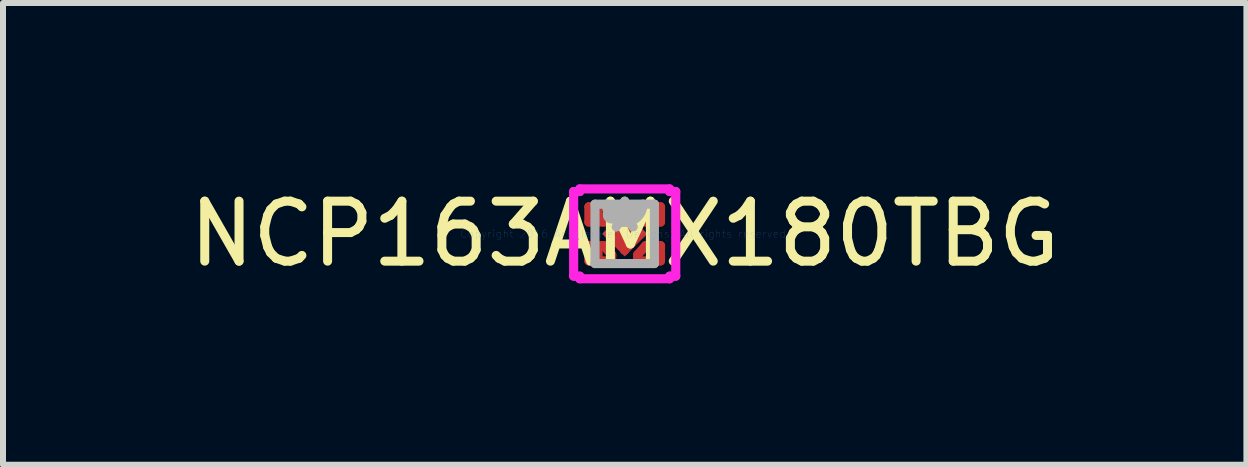
<source format=kicad_pcb>
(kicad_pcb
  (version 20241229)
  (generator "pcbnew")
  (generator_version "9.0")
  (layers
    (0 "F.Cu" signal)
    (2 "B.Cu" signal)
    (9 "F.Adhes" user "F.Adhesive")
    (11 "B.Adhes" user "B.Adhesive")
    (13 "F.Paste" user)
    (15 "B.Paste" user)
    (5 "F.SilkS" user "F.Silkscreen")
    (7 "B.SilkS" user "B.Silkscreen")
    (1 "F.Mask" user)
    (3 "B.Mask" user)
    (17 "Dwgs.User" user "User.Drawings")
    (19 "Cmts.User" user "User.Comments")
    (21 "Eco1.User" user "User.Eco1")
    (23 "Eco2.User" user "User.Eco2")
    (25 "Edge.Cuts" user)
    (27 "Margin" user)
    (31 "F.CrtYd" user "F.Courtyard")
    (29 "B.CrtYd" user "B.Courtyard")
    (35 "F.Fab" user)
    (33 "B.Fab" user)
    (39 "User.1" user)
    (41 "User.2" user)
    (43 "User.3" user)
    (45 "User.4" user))
  (footprint "NCP163AMX180TBG"
    (layer "F.Cu")
    (at 7.363 0.848)
    (property "Reference" "NCP163AMX180TBG" (at 0 0 0) (layer "F.SilkS") (effects (font (size 1 1) (thickness 0.15))))
    (attr through_hole)
    (fp_line (start -0.597 -0.451) (end -0.216 -0.451) (stroke (width 0.152) (type solid)) (layer "F.Cu"))
    (fp_line (start -0.597 -0.197) (end -0.597 -0.451) (stroke (width 0.152) (type solid)) (layer "F.Cu"))
    (fp_line (start -0.597 0.197) (end -0.597 0.451) (stroke (width 0.152) (type solid)) (layer "F.Cu"))
    (fp_line (start -0.597 0.451) (end -0.216 0.451) (stroke (width 0.152) (type solid)) (layer "F.Cu"))
    (fp_line (start -0.349 -0.197) (end -0.597 -0.197) (stroke (width 0.152) (type solid)) (layer "F.Cu"))
    (fp_line (start -0.349 0.197) (end -0.597 0.197) (stroke (width 0.152) (type solid)) (layer "F.Cu"))
    (fp_line (start -0.216 -0.451) (end -0.216 -0.349) (stroke (width 0.152) (type solid)) (layer "F.Cu"))
    (fp_line (start -0.216 -0.349) (end -0.349 -0.197) (stroke (width 0.152) (type solid)) (layer "F.Cu"))
    (fp_line (start -0.216 0.349) (end -0.349 0.197) (stroke (width 0.152) (type solid)) (layer "F.Cu"))
    (fp_line (start -0.216 0.451) (end -0.216 0.349) (stroke (width 0.152) (type solid)) (layer "F.Cu"))
    (fp_line (start 0 -0.267) (end 0 -0.267) (stroke (width 0.152) (type solid)) (layer "F.Cu"))
    (fp_line (start 0 -0.267) (end 0 -0.267) (stroke (width 0.152) (type solid)) (layer "F.Cu"))
    (fp_line (start 0 -0.267) (end 0 -0.267) (stroke (width 0.152) (type solid)) (layer "F.Cu"))
    (fp_line (start 0 -0.267) (end 0 -0.267) (stroke (width 0.152) (type solid)) (layer "F.Cu"))
    (fp_line (start 0 -0.267) (end 0 -0.267) (stroke (width 0.152) (type solid)) (layer "F.Cu"))
    (fp_line (start 0 -0.267) (end 0 -0.267) (stroke (width 0.152) (type solid)) (layer "F.Cu"))
    (fp_line (start 0 -0.267) (end 0 -0.267) (stroke (width 0.152) (type solid)) (layer "F.Cu"))
    (fp_line (start 0 -0.267) (end 0 -0.267) (stroke (width 0.152) (type solid)) (layer "F.Cu"))
    (fp_line (start 0 0.267) (end 0 0.267) (stroke (width 0.152) (type solid)) (layer "F.Cu"))
    (fp_line (start 0 0.267) (end 0 0.267) (stroke (width 0.152) (type solid)) (layer "F.Cu"))
    (fp_line (start 0 0.267) (end 0 0.267) (stroke (width 0.152) (type solid)) (layer "F.Cu"))
    (fp_line (start 0 0.267) (end 0 0.267) (stroke (width 0.152) (type solid)) (layer "F.Cu"))
    (fp_line (start 0 0.267) (end 0 0.267) (stroke (width 0.152) (type solid)) (layer "F.Cu"))
    (fp_line (start 0 0.267) (end 0 0.267) (stroke (width 0.152) (type solid)) (layer "F.Cu"))
    (fp_line (start 0 0.267) (end 0 0.267) (stroke (width 0.152) (type solid)) (layer "F.Cu"))
    (fp_line (start 0 0.267) (end 0 0.267) (stroke (width 0.152) (type solid)) (layer "F.Cu"))
    (fp_line (start 0.216 -0.451) (end 0.216 -0.349) (stroke (width 0.152) (type solid)) (layer "F.Cu"))
    (fp_line (start 0.216 -0.349) (end 0.349 -0.197) (stroke (width 0.152) (type solid)) (layer "F.Cu"))
    (fp_line (start 0.216 0.349) (end 0.349 0.197) (stroke (width 0.152) (type solid)) (layer "F.Cu"))
    (fp_line (start 0.216 0.451) (end 0.216 0.349) (stroke (width 0.152) (type solid)) (layer "F.Cu"))
    (fp_line (start 0.349 -0.197) (end 0.597 -0.197) (stroke (width 0.152) (type solid)) (layer "F.Cu"))
    (fp_line (start 0.349 0.197) (end 0.597 0.197) (stroke (width 0.152) (type solid)) (layer "F.Cu"))
    (fp_line (start 0.597 -0.451) (end 0.216 -0.451) (stroke (width 0.152) (type solid)) (layer "F.Cu"))
    (fp_line (start 0.597 -0.197) (end 0.597 -0.451) (stroke (width 0.152) (type solid)) (layer "F.Cu"))
    (fp_line (start 0.597 0.197) (end 0.597 0.451) (stroke (width 0.152) (type solid)) (layer "F.Cu"))
    (fp_line (start 0.597 0.451) (end 0.216 0.451) (stroke (width 0.152) (type solid)) (layer "F.Cu"))
    (fp_line (start -0.597 -0.451) (end -0.216 -0.451) (stroke (width 0.152) (type solid)) (layer "F.Mask"))
    (fp_line (start -0.597 -0.197) (end -0.597 -0.451) (stroke (width 0.152) (type solid)) (layer "F.Mask"))
    (fp_line (start -0.597 0.197) (end -0.597 0.451) (stroke (width 0.152) (type solid)) (layer "F.Mask"))
    (fp_line (start -0.597 0.451) (end -0.216 0.451) (stroke (width 0.152) (type solid)) (layer "F.Mask"))
    (fp_line (start -0.349 -0.197) (end -0.597 -0.197) (stroke (width 0.152) (type solid)) (layer "F.Mask"))
    (fp_line (start -0.349 0.197) (end -0.597 0.197) (stroke (width 0.152) (type solid)) (layer "F.Mask"))
    (fp_line (start -0.216 -0.451) (end -0.216 -0.349) (stroke (width 0.152) (type solid)) (layer "F.Mask"))
    (fp_line (start -0.216 -0.349) (end -0.349 -0.197) (stroke (width 0.152) (type solid)) (layer "F.Mask"))
    (fp_line (start -0.216 0.349) (end -0.349 0.197) (stroke (width 0.152) (type solid)) (layer "F.Mask"))
    (fp_line (start -0.216 0.451) (end -0.216 0.349) (stroke (width 0.152) (type solid)) (layer "F.Mask"))
    (fp_line (start 0 -0.267) (end 0 -0.267) (stroke (width 0.152) (type solid)) (layer "F.Mask"))
    (fp_line (start 0 -0.267) (end 0 -0.267) (stroke (width 0.152) (type solid)) (layer "F.Mask"))
    (fp_line (start 0 -0.267) (end 0 -0.267) (stroke (width 0.152) (type solid)) (layer "F.Mask"))
    (fp_line (start 0 -0.267) (end 0 -0.267) (stroke (width 0.152) (type solid)) (layer "F.Mask"))
    (fp_line (start 0 -0.267) (end 0 -0.267) (stroke (width 0.152) (type solid)) (layer "F.Mask"))
    (fp_line (start 0 -0.267) (end 0 -0.267) (stroke (width 0.152) (type solid)) (layer "F.Mask"))
    (fp_line (start 0 -0.267) (end 0 -0.267) (stroke (width 0.152) (type solid)) (layer "F.Mask"))
    (fp_line (start 0 -0.267) (end 0 -0.267) (stroke (width 0.152) (type solid)) (layer "F.Mask"))
    (fp_line (start 0 0.267) (end 0 0.267) (stroke (width 0.152) (type solid)) (layer "F.Mask"))
    (fp_line (start 0 0.267) (end 0 0.267) (stroke (width 0.152) (type solid)) (layer "F.Mask"))
    (fp_line (start 0 0.267) (end 0 0.267) (stroke (width 0.152) (type solid)) (layer "F.Mask"))
    (fp_line (start 0 0.267) (end 0 0.267) (stroke (width 0.152) (type solid)) (layer "F.Mask"))
    (fp_line (start 0 0.267) (end 0 0.267) (stroke (width 0.152) (type solid)) (layer "F.Mask"))
    (fp_line (start 0 0.267) (end 0 0.267) (stroke (width 0.152) (type solid)) (layer "F.Mask"))
    (fp_line (start 0 0.267) (end 0 0.267) (stroke (width 0.152) (type solid)) (layer "F.Mask"))
    (fp_line (start 0 0.267) (end 0 0.267) (stroke (width 0.152) (type solid)) (layer "F.Mask"))
    (fp_line (start 0.216 -0.451) (end 0.216 -0.349) (stroke (width 0.152) (type solid)) (layer "F.Mask"))
    (fp_line (start 0.216 -0.349) (end 0.349 -0.197) (stroke (width 0.152) (type solid)) (layer "F.Mask"))
    (fp_line (start 0.216 0.349) (end 0.349 0.197) (stroke (width 0.152) (type solid)) (layer "F.Mask"))
    (fp_line (start 0.216 0.451) (end 0.216 0.349) (stroke (width 0.152) (type solid)) (layer "F.Mask"))
    (fp_line (start 0.349 -0.197) (end 0.597 -0.197) (stroke (width 0.152) (type solid)) (layer "F.Mask"))
    (fp_line (start 0.349 0.197) (end 0.597 0.197) (stroke (width 0.152) (type solid)) (layer "F.Mask"))
    (fp_line (start 0.597 -0.451) (end 0.216 -0.451) (stroke (width 0.152) (type solid)) (layer "F.Mask"))
    (fp_line (start 0.597 -0.197) (end 0.597 -0.451) (stroke (width 0.152) (type solid)) (layer "F.Mask"))
    (fp_line (start 0.597 0.197) (end 0.597 0.451) (stroke (width 0.152) (type solid)) (layer "F.Mask"))
    (fp_line (start 0.597 0.451) (end 0.216 0.451) (stroke (width 0.152) (type solid)) (layer "F.Mask"))
    (fp_line (start -0.597 -0.451) (end -0.216 -0.451) (stroke (width 0.152) (type solid)) (layer "F.Paste"))
    (fp_line (start -0.597 -0.197) (end -0.597 -0.451) (stroke (width 0.152) (type solid)) (layer "F.Paste"))
    (fp_line (start -0.597 0.197) (end -0.597 0.451) (stroke (width 0.152) (type solid)) (layer "F.Paste"))
    (fp_line (start -0.597 0.451) (end -0.216 0.451) (stroke (width 0.152) (type solid)) (layer "F.Paste"))
    (fp_line (start -0.349 -0.197) (end -0.597 -0.197) (stroke (width 0.152) (type solid)) (layer "F.Paste"))
    (fp_line (start -0.349 0.197) (end -0.597 0.197) (stroke (width 0.152) (type solid)) (layer "F.Paste"))
    (fp_line (start -0.216 -0.451) (end -0.216 -0.349) (stroke (width 0.152) (type solid)) (layer "F.Paste"))
    (fp_line (start -0.216 -0.349) (end -0.349 -0.197) (stroke (width 0.152) (type solid)) (layer "F.Paste"))
    (fp_line (start -0.216 0.349) (end -0.349 0.197) (stroke (width 0.152) (type solid)) (layer "F.Paste"))
    (fp_line (start -0.216 0.451) (end -0.216 0.349) (stroke (width 0.152) (type solid)) (layer "F.Paste"))
    (fp_line (start 0.216 -0.451) (end 0.216 -0.349) (stroke (width 0.152) (type solid)) (layer "F.Paste"))
    (fp_line (start 0.216 -0.349) (end 0.349 -0.197) (stroke (width 0.152) (type solid)) (layer "F.Paste"))
    (fp_line (start 0.216 0.349) (end 0.349 0.197) (stroke (width 0.152) (type solid)) (layer "F.Paste"))
    (fp_line (start 0.216 0.451) (end 0.216 0.349) (stroke (width 0.152) (type solid)) (layer "F.Paste"))
    (fp_line (start 0.349 -0.197) (end 0.597 -0.197) (stroke (width 0.152) (type solid)) (layer "F.Paste"))
    (fp_line (start 0.349 0.197) (end 0.597 0.197) (stroke (width 0.152) (type solid)) (layer "F.Paste"))
    (fp_line (start 0.597 -0.451) (end 0.216 -0.451) (stroke (width 0.152) (type solid)) (layer "F.Paste"))
    (fp_line (start 0.597 -0.197) (end 0.597 -0.451) (stroke (width 0.152) (type solid)) (layer "F.Paste"))
    (fp_line (start 0.597 0.197) (end 0.597 0.451) (stroke (width 0.152) (type solid)) (layer "F.Paste"))
    (fp_line (start 0.597 0.451) (end 0.216 0.451) (stroke (width 0.152) (type solid)) (layer "F.Paste"))
    (fp_line (start -0.851 -0.705) (end -0.749 -0.705) (stroke (width 0.152) (type solid)) (layer "F.CrtYd"))
    (fp_line (start -0.851 0.705) (end -0.851 -0.705) (stroke (width 0.152) (type solid)) (layer "F.CrtYd"))
    (fp_line (start -0.749 -0.749) (end 0.749 -0.749) (stroke (width 0.152) (type solid)) (layer "F.CrtYd"))
    (fp_line (start -0.749 -0.705) (end -0.749 -0.749) (stroke (width 0.152) (type solid)) (layer "F.CrtYd"))
    (fp_line (start -0.749 0.705) (end -0.851 0.705) (stroke (width 0.152) (type solid)) (layer "F.CrtYd"))
    (fp_line (start -0.749 0.749) (end -0.749 0.705) (stroke (width 0.152) (type solid)) (layer "F.CrtYd"))
    (fp_line (start 0.749 -0.749) (end 0.749 -0.705) (stroke (width 0.152) (type solid)) (layer "F.CrtYd"))
    (fp_line (start 0.749 -0.705) (end 0.851 -0.705) (stroke (width 0.152) (type solid)) (layer "F.CrtYd"))
    (fp_line (start 0.749 0.705) (end 0.749 0.749) (stroke (width 0.152) (type solid)) (layer "F.CrtYd"))
    (fp_line (start 0.749 0.749) (end -0.749 0.749) (stroke (width 0.152) (type solid)) (layer "F.CrtYd"))
    (fp_line (start 0.851 -0.705) (end 0.851 0.705) (stroke (width 0.152) (type solid)) (layer "F.CrtYd"))
    (fp_line (start 0.851 0.705) (end 0.749 0.705) (stroke (width 0.152) (type solid)) (layer "F.CrtYd"))
    (fp_line (start -0.495 -0.495) (end -0.495 0.495) (stroke (width 0.152) (type solid)) (layer "F.Fab"))
    (fp_line (start -0.495 0.495) (end 0.495 0.495) (stroke (width 0.152) (type solid)) (layer "F.Fab"))
    (fp_line (start 0.495 -0.495) (end -0.495 -0.495) (stroke (width 0.152) (type solid)) (layer "F.Fab"))
    (fp_line (start 0.495 0.495) (end 0.495 -0.495) (stroke (width 0.152) (type solid)) (layer "F.Fab"))
    (fp_arc (start 0.3048 -0.4953) (mid 0 -0.1905) (end -0.3048 -0.4953) (stroke (width 0.1524) (type solid)) (layer "F.Fab"))
    (fp_circle (center -0.216 -0.324) (end -0.216 -0.324) (stroke (width 0.152) (type solid)) (fill no) (layer "F.Fab"))
    (fp_text user "*" (at 0 0 0) (layer "F.SilkS") (effects (font (size 1 1) (thickness 0.15))))
    (fp_text user "Copyright 2016 Accelerated Designs. All rights reserved." (at 0 0 0) (layer "Cmts.User") (effects (font (size 0.127 0.127) (thickness 0.002))))
    (fp_text user "*" (at 0 0 0) (layer "F.Fab") (effects (font (size 1 1) (thickness 0.15))))
    (pad "1" smd rect (at -0.483 -0.324) (size 0.229 0.254) (layers "F.Cu" "F.Mask" "F.Paste"))
    (pad "2" smd rect (at -0.483 0.324) (size 0.229 0.254) (layers "F.Cu" "F.Mask" "F.Paste"))
    (pad "3" smd rect (at 0.483 0.324) (size 0.229 0.254) (layers "F.Cu" "F.Mask" "F.Paste"))
    (pad "4" smd rect (at 0.483 -0.324) (size 0.229 0.254) (layers "F.Cu" "F.Mask" "F.Paste"))
    (pad "5" smd rect (at 0 0 45) (size 0.533 0.533) (layers "F.Cu" "F.Mask" "F.Paste")))
  (gr_rect
    (start -3 -3)
    (end 17.726 4.697)
    (stroke (width 0.1) (type default))
    (fill no)
    (layer "Edge.Cuts")))
</source>
